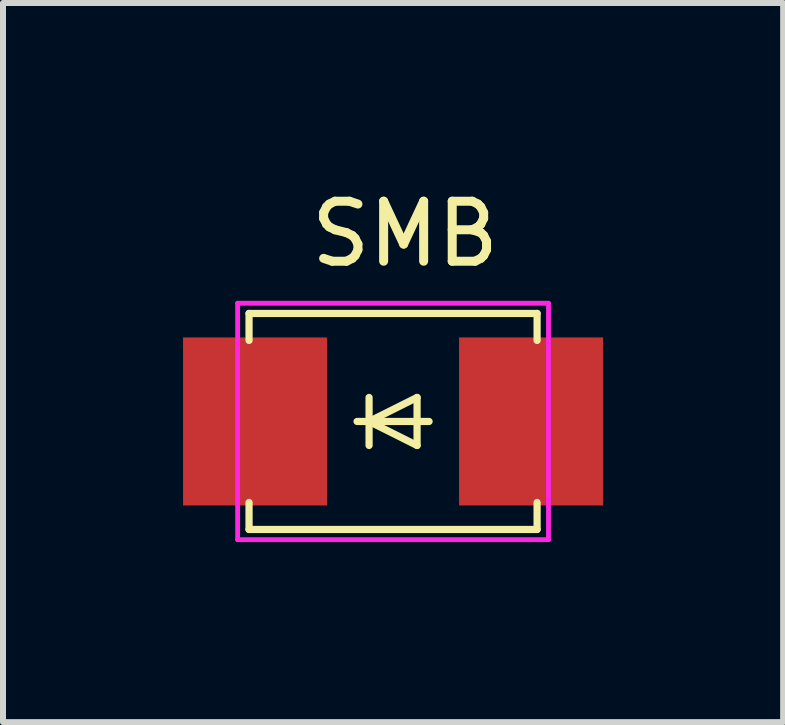
<source format=kicad_pcb>
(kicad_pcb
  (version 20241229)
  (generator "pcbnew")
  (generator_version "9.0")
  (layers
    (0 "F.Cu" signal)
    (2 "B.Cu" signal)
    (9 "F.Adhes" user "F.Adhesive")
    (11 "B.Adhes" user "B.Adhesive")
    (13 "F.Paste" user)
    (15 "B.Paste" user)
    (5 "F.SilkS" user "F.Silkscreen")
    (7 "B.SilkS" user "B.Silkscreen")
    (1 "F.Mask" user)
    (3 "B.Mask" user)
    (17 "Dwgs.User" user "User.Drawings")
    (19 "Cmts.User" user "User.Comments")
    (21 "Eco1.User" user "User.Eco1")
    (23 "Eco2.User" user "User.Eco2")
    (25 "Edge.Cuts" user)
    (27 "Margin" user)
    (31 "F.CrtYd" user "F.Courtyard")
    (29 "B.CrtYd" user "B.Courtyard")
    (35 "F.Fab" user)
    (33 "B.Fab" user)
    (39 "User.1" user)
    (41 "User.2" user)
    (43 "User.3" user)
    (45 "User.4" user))
  (footprint "SMB"
    (layer "F.Cu")
    (at 3.5 3.973)
    (property "Reference" "SMB" (at 0.2 -3.125 0) (layer "F.SilkS") (effects (font (size 1 1) (thickness 0.15))))
    (attr through_hole)
    (fp_line (start -2.4 -1.8) (end 2.4 -1.8) (stroke (width 0.12) (type solid)) (layer "F.SilkS"))
    (fp_line (start -2.4 -1.35) (end -2.4 -1.8) (stroke (width 0.12) (type solid)) (layer "F.SilkS"))
    (fp_line (start -2.4 1.35) (end -2.4 1.8) (stroke (width 0.12) (type solid)) (layer "F.SilkS"))
    (fp_line (start -2.4 1.8) (end 2.4 1.8) (stroke (width 0.12) (type solid)) (layer "F.SilkS"))
    (fp_line (start -0.6 0) (end 0.6 0) (stroke (width 0.12) (type solid)) (layer "F.SilkS"))
    (fp_line (start -0.4 0) (end 0.4 -0.4) (stroke (width 0.12) (type solid)) (layer "F.SilkS"))
    (fp_line (start -0.4 0) (end 0.4 0.4) (stroke (width 0.12) (type solid)) (layer "F.SilkS"))
    (fp_line (start -0.4 0.4) (end -0.4 -0.4) (stroke (width 0.12) (type solid)) (layer "F.SilkS"))
    (fp_line (start 0.4 0.4) (end 0.4 -0.4) (stroke (width 0.12) (type solid)) (layer "F.SilkS"))
    (fp_line (start 2.4 -1.8) (end 2.4 -1.35) (stroke (width 0.12) (type solid)) (layer "F.SilkS"))
    (fp_line (start 2.4 1.8) (end 2.4 1.35) (stroke (width 0.12) (type solid)) (layer "F.SilkS"))
    (fp_line (start -2.59 -1.97) (end 2.59 -1.97) (stroke (width 0.08) (type solid)) (layer "F.CrtYd"))
    (fp_line (start -2.59 1.97) (end -2.59 -1.97) (stroke (width 0.08) (type solid)) (layer "F.CrtYd"))
    (fp_line (start 2.59 -1.97) (end 2.59 1.97) (stroke (width 0.08) (type solid)) (layer "F.CrtYd"))
    (fp_line (start 2.59 1.97) (end -2.59 1.97) (stroke (width 0.08) (type solid)) (layer "F.CrtYd"))
    (pad "1" smd rect (at -2.3 0) (size 2.4 2.8) (layers "F.Cu" "F.Mask" "F.Paste"))
    (pad "2" smd rect (at 2.3 0) (size 2.4 2.8) (layers "F.Cu" "F.Mask" "F.Paste")))
  (gr_rect
    (start -3 -3)
    (end 10 8.983)
    (stroke (width 0.1) (type default))
    (fill no)
    (layer "Edge.Cuts")))
</source>
